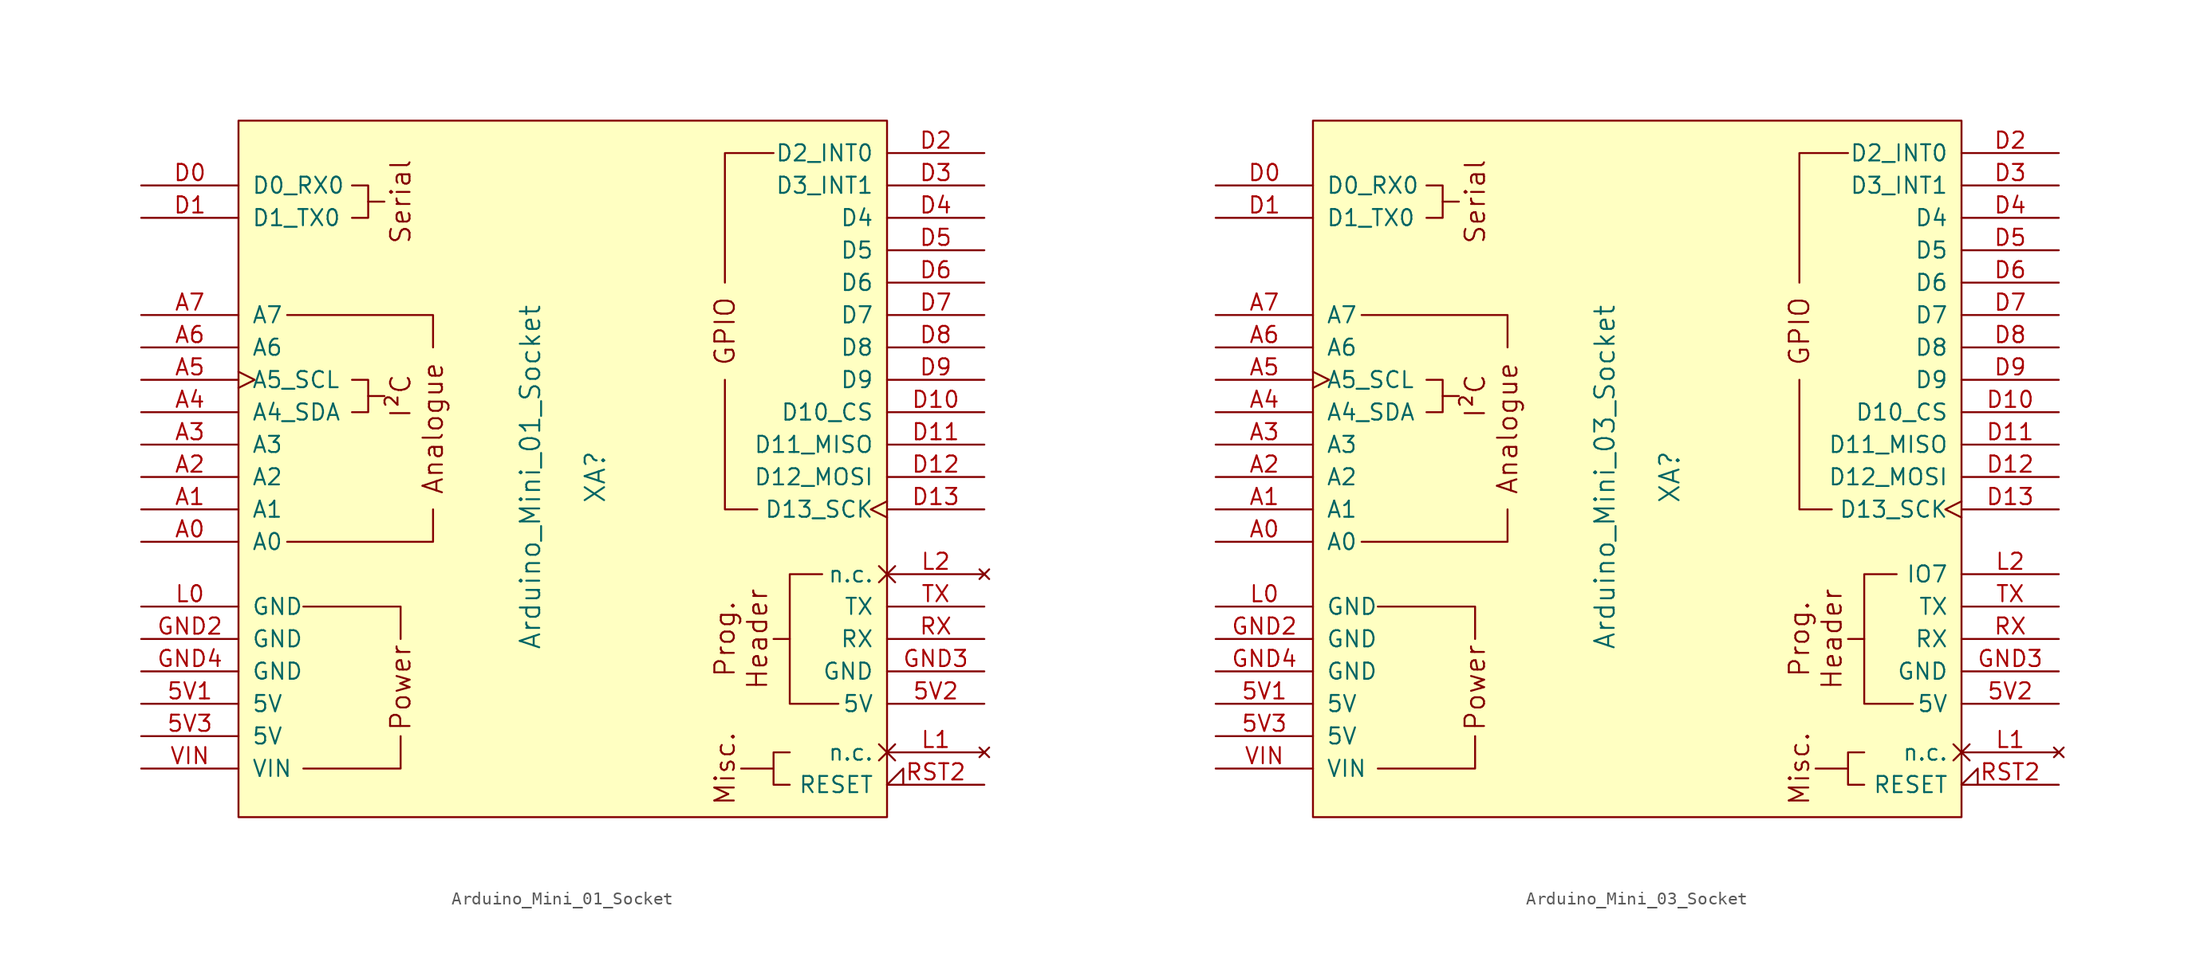
<source format=kicad_sym>
(kicad_symbol_lib
  (version 20220914)
  (generator kicad_symbol_editor)
  (symbol "Arduino_Mini_01_Socket"
    (pin_names
      (offset 1.016))
    (property "Reference" "XA"
      (at 2.54 0 90)
      (effects (font (size 1.524 1.524))))
    (property "Value" "Arduino_Mini_01_Socket"
      (at -2.54 0 90)
      (effects (font (size 1.524 1.524))))
    (symbol "Arduino_Mini_01_Socket_0_0"
      (rectangle (start -25.4 27.94) (end 25.4 -26.67) (stroke (width 0) (type solid)) (fill (type background)))
      (polyline (pts (xy -15.24 6.35) (xy -13.97 6.35)) (stroke (width 0) (type solid)) (fill (type none)))
      (polyline (pts (xy -15.24 21.59) (xy -13.97 21.59)) (stroke (width 0) (type solid)) (fill (type none)))
      (polyline (pts (xy 16.51 -22.86) (xy 13.97 -22.86)) (stroke (width 0) (type solid)) (fill (type none)))
      (polyline (pts (xy -20.32 -22.86) (xy -12.7 -22.86) (xy -12.7 -20.32)) (stroke (width 0) (type solid)) (fill (type none)))
      (polyline (pts (xy -12.7 -12.7) (xy -12.7 -10.16) (xy -20.32 -10.16)) (stroke (width 0) (type solid)) (fill (type none)))
      (polyline (pts (xy -10.16 -2.54) (xy -10.16 -5.08) (xy -21.59 -5.08)) (stroke (width 0) (type solid)) (fill (type none)))
      (polyline (pts (xy -10.16 10.16) (xy -10.16 12.7) (xy -21.59 12.7)) (stroke (width 0) (type solid)) (fill (type none)))
      (polyline (pts (xy 17.78 -12.7) (xy 17.78 -17.78) (xy 21.59 -17.78)) (stroke (width 0) (type solid)) (fill (type none)))
      (polyline (pts (xy -16.51 7.62) (xy -15.24 7.62) (xy -15.24 5.08) (xy -16.51 5.08)) (stroke (width 0) (type solid)) (fill (type none)))
      (polyline (pts (xy -16.51 22.86) (xy -15.24 22.86) (xy -15.24 20.32) (xy -16.51 20.32)) (stroke (width 0) (type solid)) (fill (type none)))
      (polyline (pts (xy 20.32 -7.62) (xy 17.78 -7.62) (xy 17.78 -12.7) (xy 16.51 -12.7)) (stroke (width 0) (type solid)) (fill (type none)))
      (text "Analogue" (at -10.16 3.81 900) (effects (font (size 1.524 1.524))))
      (text "Header" (at 15.24 -12.7 900) (effects (font (size 1.524 1.524))))
      (text "I²C" (at -12.7 6.35 900) (effects (font (size 1.524 1.524))))
      (text "Misc." (at 12.7 -22.86 900) (effects (font (size 1.524 1.524))))
      (text "Power" (at -12.7 -16.51 900) (effects (font (size 1.524 1.524))))
      (text "Prog." (at 12.7 -12.7 900) (effects (font (size 1.524 1.524))))
      (text "Serial" (at -12.7 21.59 900) (effects (font (size 1.524 1.524)))))
    (symbol "Arduino_Mini_01_Socket_0_1"
      (polyline (pts (xy 15.24 -2.54) (xy 12.7 -2.54) (xy 12.7 7.62)) (stroke (width 0) (type solid)) (fill (type none)))
      (polyline (pts (xy 16.51 25.4) (xy 12.7 25.4) (xy 12.7 15.24)) (stroke (width 0) (type solid)) (fill (type none)))
      (polyline (pts (xy 17.78 -21.59) (xy 16.51 -21.59) (xy 16.51 -24.13) (xy 17.78 -24.13)) (stroke (width 0) (type solid)) (fill (type none))))
    (symbol "Arduino_Mini_01_Socket_1_0"
      (text "GPIO" (at 12.7 11.43 900) (effects (font (size 1.524 1.524)))))
    (symbol "Arduino_Mini_01_Socket_1_1"
      (pin power_in line (at -33.02 -17.78 0) (length 7.62) (name "5V" (effects (font (size 1.27 1.27)))) (number "5V1" (effects (font (size 1.27 1.27)))))
      (pin power_in line (at 33.02 -17.78 180) (length 7.62) (name "5V" (effects (font (size 1.27 1.27)))) (number "5V2" (effects (font (size 1.27 1.27)))))
      (pin power_in line (at -33.02 -20.32 0) (length 7.62) (name "5V" (effects (font (size 1.27 1.27)))) (number "5V3" (effects (font (size 1.27 1.27)))))
      (pin bidirectional line (at -33.02 -5.08 0) (length 7.62) (name "A0" (effects (font (size 1.27 1.27)))) (number "A0" (effects (font (size 1.27 1.27)))))
      (pin bidirectional line (at -33.02 -2.54 0) (length 7.62) (name "A1" (effects (font (size 1.27 1.27)))) (number "A1" (effects (font (size 1.27 1.27)))))
      (pin bidirectional line (at -33.02 0 0) (length 7.62) (name "A2" (effects (font (size 1.27 1.27)))) (number "A2" (effects (font (size 1.27 1.27)))))
      (pin bidirectional line (at -33.02 2.54 0) (length 7.62) (name "A3" (effects (font (size 1.27 1.27)))) (number "A3" (effects (font (size 1.27 1.27)))))
      (pin bidirectional line (at -33.02 5.08 0) (length 7.62) (name "A4_SDA" (effects (font (size 1.27 1.27)))) (number "A4" (effects (font (size 1.27 1.27)))))
      (pin bidirectional clock (at -33.02 7.62 0) (length 7.62) (name "A5_SCL" (effects (font (size 1.27 1.27)))) (number "A5" (effects (font (size 1.27 1.27)))))
      (pin input line (at -33.02 10.16 0) (length 7.62) (name "A6" (effects (font (size 1.27 1.27)))) (number "A6" (effects (font (size 1.27 1.27)))))
      (pin input line (at -33.02 12.7 0) (length 7.62) (name "A7" (effects (font (size 1.27 1.27)))) (number "A7" (effects (font (size 1.27 1.27)))))
      (pin bidirectional line (at -33.02 22.86 0) (length 7.62) (name "D0_RX0" (effects (font (size 1.27 1.27)))) (number "D0" (effects (font (size 1.27 1.27)))))
      (pin bidirectional line (at -33.02 20.32 0) (length 7.62) (name "D1_TX0" (effects (font (size 1.27 1.27)))) (number "D1" (effects (font (size 1.27 1.27)))))
      (pin bidirectional line (at 33.02 5.08 180) (length 7.62) (name "D10_CS" (effects (font (size 1.27 1.27)))) (number "D10" (effects (font (size 1.27 1.27)))))
      (pin bidirectional line (at 33.02 2.54 180) (length 7.62) (name "D11_MISO" (effects (font (size 1.27 1.27)))) (number "D11" (effects (font (size 1.27 1.27)))))
      (pin bidirectional line (at 33.02 0 180) (length 7.62) (name "D12_MOSI" (effects (font (size 1.27 1.27)))) (number "D12" (effects (font (size 1.27 1.27)))))
      (pin bidirectional clock (at 33.02 -2.54 180) (length 7.62) (name "D13_SCK" (effects (font (size 1.27 1.27)))) (number "D13" (effects (font (size 1.27 1.27)))))
      (pin bidirectional line (at 33.02 25.4 180) (length 7.62) (name "D2_INT0" (effects (font (size 1.27 1.27)))) (number "D2" (effects (font (size 1.27 1.27)))))
      (pin bidirectional line (at 33.02 22.86 180) (length 7.62) (name "D3_INT1" (effects (font (size 1.27 1.27)))) (number "D3" (effects (font (size 1.27 1.27)))))
      (pin bidirectional line (at 33.02 20.32 180) (length 7.62) (name "D4" (effects (font (size 1.27 1.27)))) (number "D4" (effects (font (size 1.27 1.27)))))
      (pin bidirectional line (at 33.02 17.78 180) (length 7.62) (name "D5" (effects (font (size 1.27 1.27)))) (number "D5" (effects (font (size 1.27 1.27)))))
      (pin bidirectional line (at 33.02 15.24 180) (length 7.62) (name "D6" (effects (font (size 1.27 1.27)))) (number "D6" (effects (font (size 1.27 1.27)))))
      (pin bidirectional line (at 33.02 12.7 180) (length 7.62) (name "D7" (effects (font (size 1.27 1.27)))) (number "D7" (effects (font (size 1.27 1.27)))))
      (pin bidirectional line (at 33.02 10.16 180) (length 7.62) (name "D8" (effects (font (size 1.27 1.27)))) (number "D8" (effects (font (size 1.27 1.27)))))
      (pin bidirectional line (at 33.02 7.62 180) (length 7.62) (name "D9" (effects (font (size 1.27 1.27)))) (number "D9" (effects (font (size 1.27 1.27)))))
      (pin power_in line (at -33.02 -12.7 0) (length 7.62) (name "GND" (effects (font (size 1.27 1.27)))) (number "GND2" (effects (font (size 1.27 1.27)))))
      (pin power_in line (at 33.02 -15.24 180) (length 7.62) (name "GND" (effects (font (size 1.27 1.27)))) (number "GND3" (effects (font (size 1.27 1.27)))))
      (pin power_in line (at -33.02 -15.24 0) (length 7.62) (name "GND" (effects (font (size 1.27 1.27)))) (number "GND4" (effects (font (size 1.27 1.27)))))
      (pin power_in line (at -33.02 -10.16 0) (length 7.62) (name "GND" (effects (font (size 1.27 1.27)))) (number "L0" (effects (font (size 1.27 1.27)))))
      (pin no_connect non_logic (at 33.02 -21.59 180) (length 7.62) (name "n.c." (effects (font (size 1.27 1.27)))) (number "L1" (effects (font (size 1.27 1.27)))))
      (pin no_connect non_logic (at 33.02 -7.62 180) (length 7.62) (name "n.c." (effects (font (size 1.27 1.27)))) (number "L2" (effects (font (size 1.27 1.27)))))
      (pin open_collector input_low (at 33.02 -24.13 180) (length 7.62) (name "RESET" (effects (font (size 1.27 1.27)))) (number "RST2" (effects (font (size 1.27 1.27)))))
      (pin bidirectional line (at 33.02 -12.7 180) (length 7.62) (name "RX" (effects (font (size 1.27 1.27)))) (number "RX" (effects (font (size 1.27 1.27)))))
      (pin bidirectional line (at 33.02 -10.16 180) (length 7.62) (name "TX" (effects (font (size 1.27 1.27)))) (number "TX" (effects (font (size 1.27 1.27)))))
      (pin power_in line (at -33.02 -22.86 0) (length 7.62) (name "VIN" (effects (font (size 1.27 1.27)))) (number "VIN" (effects (font (size 1.27 1.27)))))))
  (symbol "Arduino_Mini_03_Socket"
    (pin_names
      (offset 1.016))
    (property "Reference" "XA"
      (at 2.54 0 90)
      (effects (font (size 1.524 1.524))))
    (property "Value" "Arduino_Mini_03_Socket"
      (at -2.54 0 90)
      (effects (font (size 1.524 1.524))))
    (symbol "Arduino_Mini_03_Socket_0_0"
      (rectangle (start -25.4 27.94) (end 25.4 -26.67) (stroke (width 0) (type solid)) (fill (type background)))
      (polyline (pts (xy -15.24 6.35) (xy -13.97 6.35)) (stroke (width 0) (type solid)) (fill (type none)))
      (polyline (pts (xy -15.24 21.59) (xy -13.97 21.59)) (stroke (width 0) (type solid)) (fill (type none)))
      (polyline (pts (xy 16.51 -22.86) (xy 13.97 -22.86)) (stroke (width 0) (type solid)) (fill (type none)))
      (polyline (pts (xy -20.32 -22.86) (xy -12.7 -22.86) (xy -12.7 -20.32)) (stroke (width 0) (type solid)) (fill (type none)))
      (polyline (pts (xy -12.7 -12.7) (xy -12.7 -10.16) (xy -20.32 -10.16)) (stroke (width 0) (type solid)) (fill (type none)))
      (polyline (pts (xy -10.16 -2.54) (xy -10.16 -5.08) (xy -21.59 -5.08)) (stroke (width 0) (type solid)) (fill (type none)))
      (polyline (pts (xy -10.16 10.16) (xy -10.16 12.7) (xy -21.59 12.7)) (stroke (width 0) (type solid)) (fill (type none)))
      (polyline (pts (xy 17.78 -12.7) (xy 17.78 -17.78) (xy 21.59 -17.78)) (stroke (width 0) (type solid)) (fill (type none)))
      (polyline (pts (xy -16.51 7.62) (xy -15.24 7.62) (xy -15.24 5.08) (xy -16.51 5.08)) (stroke (width 0) (type solid)) (fill (type none)))
      (polyline (pts (xy -16.51 22.86) (xy -15.24 22.86) (xy -15.24 20.32) (xy -16.51 20.32)) (stroke (width 0) (type solid)) (fill (type none)))
      (polyline (pts (xy 20.32 -7.62) (xy 17.78 -7.62) (xy 17.78 -12.7) (xy 16.51 -12.7)) (stroke (width 0) (type solid)) (fill (type none)))
      (text "Analogue" (at -10.16 3.81 900) (effects (font (size 1.524 1.524))))
      (text "Header" (at 15.24 -12.7 900) (effects (font (size 1.524 1.524))))
      (text "I²C" (at -12.7 6.35 900) (effects (font (size 1.524 1.524))))
      (text "Misc." (at 12.7 -22.86 900) (effects (font (size 1.524 1.524))))
      (text "Power" (at -12.7 -16.51 900) (effects (font (size 1.524 1.524))))
      (text "Prog." (at 12.7 -12.7 900) (effects (font (size 1.524 1.524))))
      (text "Serial" (at -12.7 21.59 900) (effects (font (size 1.524 1.524)))))
    (symbol "Arduino_Mini_03_Socket_0_1"
      (polyline (pts (xy 15.24 -2.54) (xy 12.7 -2.54) (xy 12.7 7.62)) (stroke (width 0) (type solid)) (fill (type none)))
      (polyline (pts (xy 16.51 25.4) (xy 12.7 25.4) (xy 12.7 15.24)) (stroke (width 0) (type solid)) (fill (type none)))
      (polyline (pts (xy 17.78 -21.59) (xy 16.51 -21.59) (xy 16.51 -24.13) (xy 17.78 -24.13)) (stroke (width 0) (type solid)) (fill (type none))))
    (symbol "Arduino_Mini_03_Socket_1_0"
      (text "GPIO" (at 12.7 11.43 900) (effects (font (size 1.524 1.524)))))
    (symbol "Arduino_Mini_03_Socket_1_1"
      (pin power_in line (at -33.02 -17.78 0) (length 7.62) (name "5V" (effects (font (size 1.27 1.27)))) (number "5V1" (effects (font (size 1.27 1.27)))))
      (pin power_in line (at 33.02 -17.78 180) (length 7.62) (name "5V" (effects (font (size 1.27 1.27)))) (number "5V2" (effects (font (size 1.27 1.27)))))
      (pin power_in line (at -33.02 -20.32 0) (length 7.62) (name "5V" (effects (font (size 1.27 1.27)))) (number "5V3" (effects (font (size 1.27 1.27)))))
      (pin bidirectional line (at -33.02 -5.08 0) (length 7.62) (name "A0" (effects (font (size 1.27 1.27)))) (number "A0" (effects (font (size 1.27 1.27)))))
      (pin bidirectional line (at -33.02 -2.54 0) (length 7.62) (name "A1" (effects (font (size 1.27 1.27)))) (number "A1" (effects (font (size 1.27 1.27)))))
      (pin bidirectional line (at -33.02 0 0) (length 7.62) (name "A2" (effects (font (size 1.27 1.27)))) (number "A2" (effects (font (size 1.27 1.27)))))
      (pin bidirectional line (at -33.02 2.54 0) (length 7.62) (name "A3" (effects (font (size 1.27 1.27)))) (number "A3" (effects (font (size 1.27 1.27)))))
      (pin bidirectional line (at -33.02 5.08 0) (length 7.62) (name "A4_SDA" (effects (font (size 1.27 1.27)))) (number "A4" (effects (font (size 1.27 1.27)))))
      (pin bidirectional clock (at -33.02 7.62 0) (length 7.62) (name "A5_SCL" (effects (font (size 1.27 1.27)))) (number "A5" (effects (font (size 1.27 1.27)))))
      (pin input line (at -33.02 10.16 0) (length 7.62) (name "A6" (effects (font (size 1.27 1.27)))) (number "A6" (effects (font (size 1.27 1.27)))))
      (pin input line (at -33.02 12.7 0) (length 7.62) (name "A7" (effects (font (size 1.27 1.27)))) (number "A7" (effects (font (size 1.27 1.27)))))
      (pin bidirectional line (at -33.02 22.86 0) (length 7.62) (name "D0_RX0" (effects (font (size 1.27 1.27)))) (number "D0" (effects (font (size 1.27 1.27)))))
      (pin bidirectional line (at -33.02 20.32 0) (length 7.62) (name "D1_TX0" (effects (font (size 1.27 1.27)))) (number "D1" (effects (font (size 1.27 1.27)))))
      (pin bidirectional line (at 33.02 5.08 180) (length 7.62) (name "D10_CS" (effects (font (size 1.27 1.27)))) (number "D10" (effects (font (size 1.27 1.27)))))
      (pin bidirectional line (at 33.02 2.54 180) (length 7.62) (name "D11_MISO" (effects (font (size 1.27 1.27)))) (number "D11" (effects (font (size 1.27 1.27)))))
      (pin bidirectional line (at 33.02 0 180) (length 7.62) (name "D12_MOSI" (effects (font (size 1.27 1.27)))) (number "D12" (effects (font (size 1.27 1.27)))))
      (pin bidirectional clock (at 33.02 -2.54 180) (length 7.62) (name "D13_SCK" (effects (font (size 1.27 1.27)))) (number "D13" (effects (font (size 1.27 1.27)))))
      (pin bidirectional line (at 33.02 25.4 180) (length 7.62) (name "D2_INT0" (effects (font (size 1.27 1.27)))) (number "D2" (effects (font (size 1.27 1.27)))))
      (pin bidirectional line (at 33.02 22.86 180) (length 7.62) (name "D3_INT1" (effects (font (size 1.27 1.27)))) (number "D3" (effects (font (size 1.27 1.27)))))
      (pin bidirectional line (at 33.02 20.32 180) (length 7.62) (name "D4" (effects (font (size 1.27 1.27)))) (number "D4" (effects (font (size 1.27 1.27)))))
      (pin bidirectional line (at 33.02 17.78 180) (length 7.62) (name "D5" (effects (font (size 1.27 1.27)))) (number "D5" (effects (font (size 1.27 1.27)))))
      (pin bidirectional line (at 33.02 15.24 180) (length 7.62) (name "D6" (effects (font (size 1.27 1.27)))) (number "D6" (effects (font (size 1.27 1.27)))))
      (pin bidirectional line (at 33.02 12.7 180) (length 7.62) (name "D7" (effects (font (size 1.27 1.27)))) (number "D7" (effects (font (size 1.27 1.27)))))
      (pin bidirectional line (at 33.02 10.16 180) (length 7.62) (name "D8" (effects (font (size 1.27 1.27)))) (number "D8" (effects (font (size 1.27 1.27)))))
      (pin bidirectional line (at 33.02 7.62 180) (length 7.62) (name "D9" (effects (font (size 1.27 1.27)))) (number "D9" (effects (font (size 1.27 1.27)))))
      (pin power_in line (at -33.02 -12.7 0) (length 7.62) (name "GND" (effects (font (size 1.27 1.27)))) (number "GND2" (effects (font (size 1.27 1.27)))))
      (pin power_in line (at 33.02 -15.24 180) (length 7.62) (name "GND" (effects (font (size 1.27 1.27)))) (number "GND3" (effects (font (size 1.27 1.27)))))
      (pin power_in line (at -33.02 -15.24 0) (length 7.62) (name "GND" (effects (font (size 1.27 1.27)))) (number "GND4" (effects (font (size 1.27 1.27)))))
      (pin power_in line (at -33.02 -10.16 0) (length 7.62) (name "GND" (effects (font (size 1.27 1.27)))) (number "L0" (effects (font (size 1.27 1.27)))))
      (pin no_connect non_logic (at 33.02 -21.59 180) (length 7.62) (name "n.c." (effects (font (size 1.27 1.27)))) (number "L1" (effects (font (size 1.27 1.27)))))
      (pin bidirectional line (at 33.02 -7.62 180) (length 7.62) (name "IO7" (effects (font (size 1.27 1.27)))) (number "L2" (effects (font (size 1.27 1.27)))))
      (pin open_collector input_low (at 33.02 -24.13 180) (length 7.62) (name "RESET" (effects (font (size 1.27 1.27)))) (number "RST2" (effects (font (size 1.27 1.27)))))
      (pin bidirectional line (at 33.02 -12.7 180) (length 7.62) (name "RX" (effects (font (size 1.27 1.27)))) (number "RX" (effects (font (size 1.27 1.27)))))
      (pin bidirectional line (at 33.02 -10.16 180) (length 7.62) (name "TX" (effects (font (size 1.27 1.27)))) (number "TX" (effects (font (size 1.27 1.27)))))
      (pin power_in line (at -33.02 -22.86 0) (length 7.62) (name "VIN" (effects (font (size 1.27 1.27)))) (number "VIN" (effects (font (size 1.27 1.27))))))))
</source>
